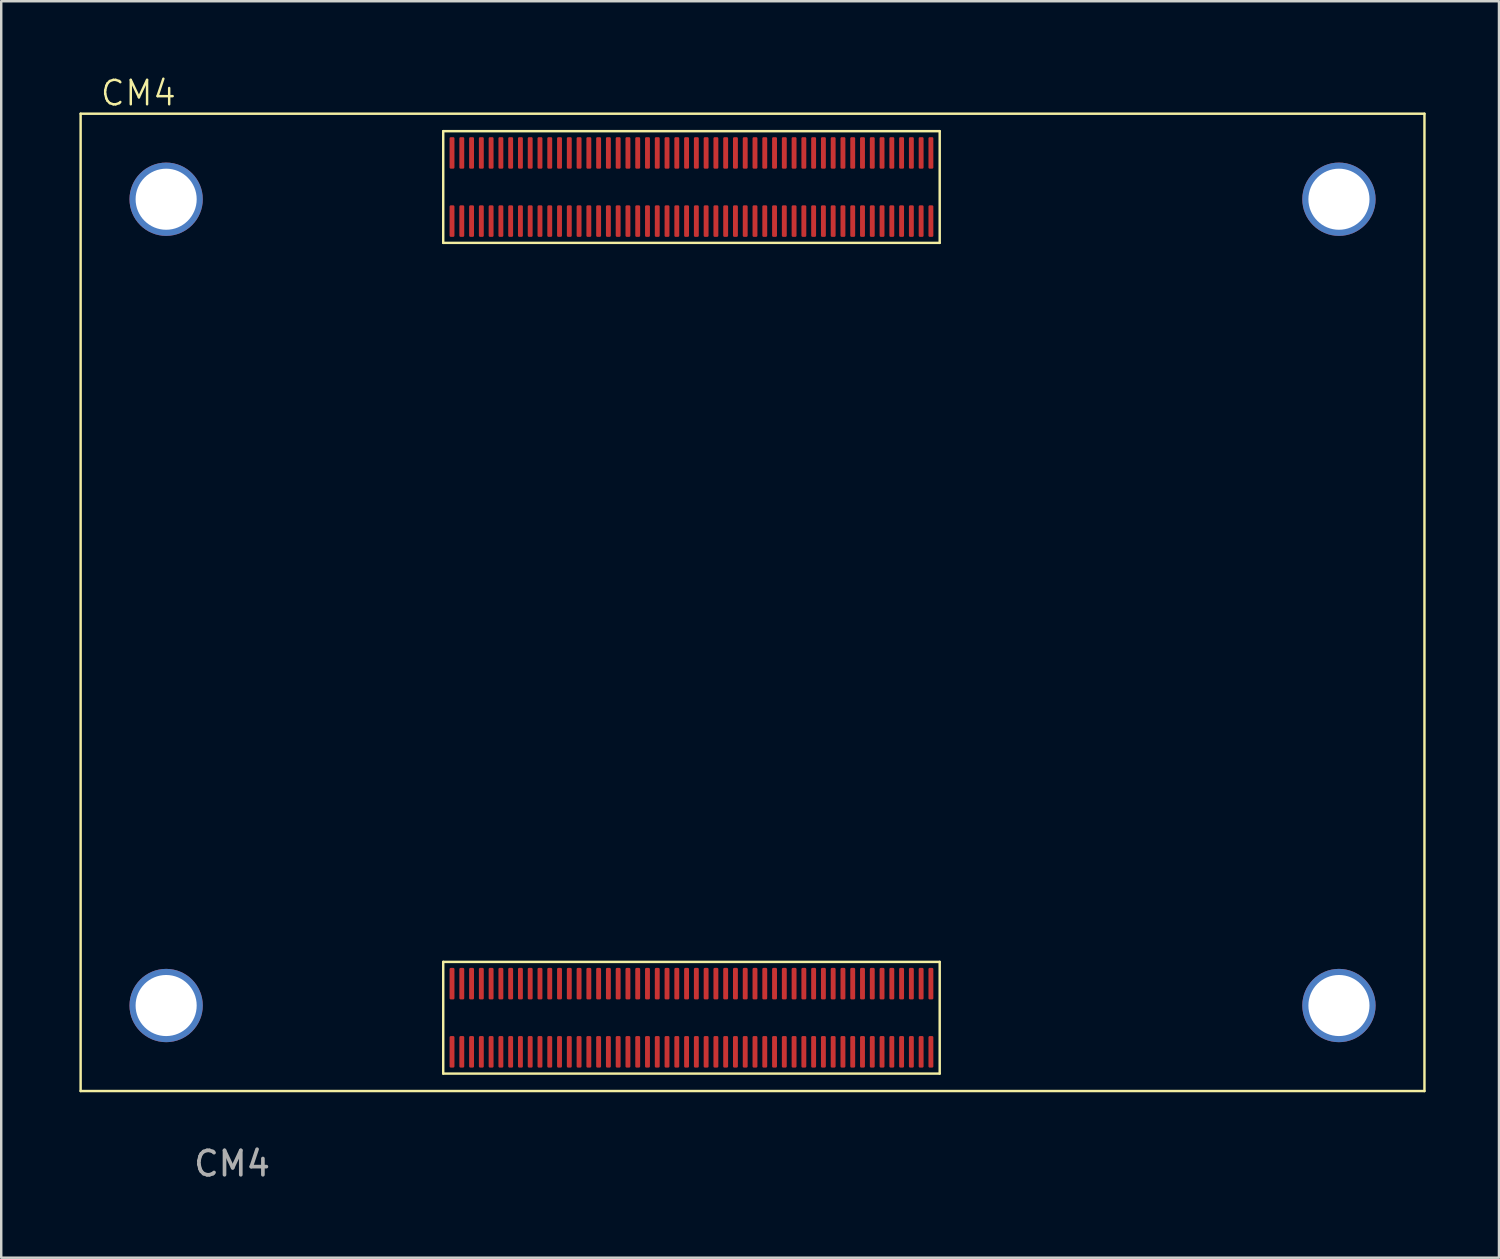
<source format=kicad_pcb>
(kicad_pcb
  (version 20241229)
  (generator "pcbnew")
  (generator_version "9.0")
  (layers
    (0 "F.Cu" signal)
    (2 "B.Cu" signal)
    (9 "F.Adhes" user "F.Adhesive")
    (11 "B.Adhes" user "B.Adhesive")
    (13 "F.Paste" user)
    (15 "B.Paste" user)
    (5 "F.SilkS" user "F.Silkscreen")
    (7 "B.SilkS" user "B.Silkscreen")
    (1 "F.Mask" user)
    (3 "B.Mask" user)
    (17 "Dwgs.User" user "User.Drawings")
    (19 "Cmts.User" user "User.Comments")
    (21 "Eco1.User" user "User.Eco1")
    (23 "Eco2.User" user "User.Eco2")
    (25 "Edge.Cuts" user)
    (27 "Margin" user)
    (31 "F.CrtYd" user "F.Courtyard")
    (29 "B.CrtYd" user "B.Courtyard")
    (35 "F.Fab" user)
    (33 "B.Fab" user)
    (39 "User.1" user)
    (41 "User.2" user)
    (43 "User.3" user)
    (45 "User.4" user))
  (footprint "CM4"
    (layer "F.Cu")
    (at 0.25 41.604)
    (property "Reference" "CM4" (at 2.362 -40.843 0) (unlocked yes) (layer "F.SilkS") (effects (font (size 1 1) (thickness 0.1))))
    (attr smd)
    (fp_line (start 0 -40) (end 55 -40) (stroke (width 0.1) (type default)) (layer "F.SilkS"))
    (fp_line (start 0 0) (end 0 -40) (stroke (width 0.1) (type default)) (layer "F.SilkS"))
    (fp_line (start 14.84 -39.286) (end 35.16 -39.286) (stroke (width 0.1) (type default)) (layer "F.SilkS"))
    (fp_line (start 14.84 -34.714) (end 14.84 -39.286) (stroke (width 0.1) (type default)) (layer "F.SilkS"))
    (fp_line (start 14.84 -5.286) (end 35.16 -5.286) (stroke (width 0.1) (type default)) (layer "F.SilkS"))
    (fp_line (start 14.84 -0.714) (end 14.84 -5.286) (stroke (width 0.1) (type default)) (layer "F.SilkS"))
    (fp_line (start 35.16 -39.286) (end 35.16 -34.714) (stroke (width 0.1) (type default)) (layer "F.SilkS"))
    (fp_line (start 35.16 -34.714) (end 14.84 -34.714) (stroke (width 0.1) (type default)) (layer "F.SilkS"))
    (fp_line (start 35.16 -5.286) (end 35.16 -0.714) (stroke (width 0.1) (type default)) (layer "F.SilkS"))
    (fp_line (start 35.16 -0.714) (end 14.84 -0.714) (stroke (width 0.1) (type default)) (layer "F.SilkS"))
    (fp_line (start 55 -40) (end 55 0) (stroke (width 0.1) (type default)) (layer "F.SilkS"))
    (fp_line (start 55 0) (end 0 0) (stroke (width 0.1) (type default)) (layer "F.SilkS"))
    (fp_text user "${REFERENCE}" (at 6.198 2.973 0) (unlocked yes) (layer "F.Fab") (effects (font (size 1 1) (thickness 0.15))))
    (pad "0_0" thru_hole circle (at 3.5 -36.5) (size 3 3) (drill 2.5) (layers "*.Cu" "*.Mask"))
    (pad "0_0" thru_hole circle (at 3.5 -3.5) (size 3 3) (drill 2.5) (layers "*.Cu" "*.Mask"))
    (pad "0_0" thru_hole circle (at 51.5 -36.5) (size 3 3) (drill 2.5) (layers "*.Cu" "*.Mask"))
    (pad "0_0" thru_hole circle (at 51.5 -3.5) (size 3 3) (drill 2.5) (layers "*.Cu" "*.Mask"))
    (pad "1" smd roundrect (at 34.8 -38.395) (size 0.2 1.29) (layers "F.Cu" "F.Mask" "F.Paste") (roundrect_rratio 0.25))
    (pad "2" smd roundrect (at 34.8 -35.605) (size 0.2 1.29) (layers "F.Cu" "F.Mask" "F.Paste") (roundrect_rratio 0.25))
    (pad "3" smd roundrect (at 34.4 -38.395) (size 0.2 1.29) (layers "F.Cu" "F.Mask" "F.Paste") (roundrect_rratio 0.25))
    (pad "4" smd roundrect (at 34.4 -35.605) (size 0.2 1.29) (layers "F.Cu" "F.Mask" "F.Paste") (roundrect_rratio 0.25))
    (pad "5" smd roundrect (at 34 -38.395) (size 0.2 1.29) (layers "F.Cu" "F.Mask" "F.Paste") (roundrect_rratio 0.25))
    (pad "6" smd roundrect (at 34 -35.605) (size 0.2 1.29) (layers "F.Cu" "F.Mask" "F.Paste") (roundrect_rratio 0.25))
    (pad "7" smd roundrect (at 33.6 -38.395) (size 0.2 1.29) (layers "F.Cu" "F.Mask" "F.Paste") (roundrect_rratio 0.25))
    (pad "8" smd roundrect (at 33.6 -35.605) (size 0.2 1.29) (layers "F.Cu" "F.Mask" "F.Paste") (roundrect_rratio 0.25))
    (pad "9" smd roundrect (at 33.2 -38.395) (size 0.2 1.29) (layers "F.Cu" "F.Mask" "F.Paste") (roundrect_rratio 0.25))
    (pad "10" smd roundrect (at 33.2 -35.605) (size 0.2 1.29) (layers "F.Cu" "F.Mask" "F.Paste") (roundrect_rratio 0.25))
    (pad "11" smd roundrect (at 32.8 -38.395) (size 0.2 1.29) (layers "F.Cu" "F.Mask" "F.Paste") (roundrect_rratio 0.25))
    (pad "12" smd roundrect (at 32.8 -35.605) (size 0.2 1.29) (layers "F.Cu" "F.Mask" "F.Paste") (roundrect_rratio 0.25))
    (pad "13" smd roundrect (at 32.4 -38.395) (size 0.2 1.29) (layers "F.Cu" "F.Mask" "F.Paste") (roundrect_rratio 0.25))
    (pad "14" smd roundrect (at 32.4 -35.605) (size 0.2 1.29) (layers "F.Cu" "F.Mask" "F.Paste") (roundrect_rratio 0.25))
    (pad "15" smd roundrect (at 32 -38.395) (size 0.2 1.29) (layers "F.Cu" "F.Mask" "F.Paste") (roundrect_rratio 0.25))
    (pad "16" smd roundrect (at 32 -35.605) (size 0.2 1.29) (layers "F.Cu" "F.Mask" "F.Paste") (roundrect_rratio 0.25))
    (pad "17" smd roundrect (at 31.6 -38.395) (size 0.2 1.29) (layers "F.Cu" "F.Mask" "F.Paste") (roundrect_rratio 0.25))
    (pad "18" smd roundrect (at 31.6 -35.605) (size 0.2 1.29) (layers "F.Cu" "F.Mask" "F.Paste") (roundrect_rratio 0.25))
    (pad "19" smd roundrect (at 31.2 -38.395) (size 0.2 1.29) (layers "F.Cu" "F.Mask" "F.Paste") (roundrect_rratio 0.25))
    (pad "20" smd roundrect (at 31.2 -35.605) (size 0.2 1.29) (layers "F.Cu" "F.Mask" "F.Paste") (roundrect_rratio 0.25))
    (pad "21" smd roundrect (at 30.8 -38.395) (size 0.2 1.29) (layers "F.Cu" "F.Mask" "F.Paste") (roundrect_rratio 0.25))
    (pad "22" smd roundrect (at 30.8 -35.605) (size 0.2 1.29) (layers "F.Cu" "F.Mask" "F.Paste") (roundrect_rratio 0.25))
    (pad "23" smd roundrect (at 30.4 -38.395) (size 0.2 1.29) (layers "F.Cu" "F.Mask" "F.Paste") (roundrect_rratio 0.25))
    (pad "24" smd roundrect (at 30.4 -35.605) (size 0.2 1.29) (layers "F.Cu" "F.Mask" "F.Paste") (roundrect_rratio 0.25))
    (pad "25" smd roundrect (at 30 -38.395) (size 0.2 1.29) (layers "F.Cu" "F.Mask" "F.Paste") (roundrect_rratio 0.25))
    (pad "26" smd roundrect (at 30 -35.605) (size 0.2 1.29) (layers "F.Cu" "F.Mask" "F.Paste") (roundrect_rratio 0.25))
    (pad "27" smd roundrect (at 29.6 -38.395) (size 0.2 1.29) (layers "F.Cu" "F.Mask" "F.Paste") (roundrect_rratio 0.25))
    (pad "28" smd roundrect (at 29.6 -35.605) (size 0.2 1.29) (layers "F.Cu" "F.Mask" "F.Paste") (roundrect_rratio 0.25))
    (pad "29" smd roundrect (at 29.2 -38.395) (size 0.2 1.29) (layers "F.Cu" "F.Mask" "F.Paste") (roundrect_rratio 0.25))
    (pad "30" smd roundrect (at 29.2 -35.605) (size 0.2 1.29) (layers "F.Cu" "F.Mask" "F.Paste") (roundrect_rratio 0.25))
    (pad "31" smd roundrect (at 28.8 -38.395) (size 0.2 1.29) (layers "F.Cu" "F.Mask" "F.Paste") (roundrect_rratio 0.25))
    (pad "32" smd roundrect (at 28.8 -35.605) (size 0.2 1.29) (layers "F.Cu" "F.Mask" "F.Paste") (roundrect_rratio 0.25))
    (pad "33" smd roundrect (at 28.4 -38.395) (size 0.2 1.29) (layers "F.Cu" "F.Mask" "F.Paste") (roundrect_rratio 0.25))
    (pad "34" smd roundrect (at 28.4 -35.605) (size 0.2 1.29) (layers "F.Cu" "F.Mask" "F.Paste") (roundrect_rratio 0.25))
    (pad "35" smd roundrect (at 28 -38.395) (size 0.2 1.29) (layers "F.Cu" "F.Mask" "F.Paste") (roundrect_rratio 0.25))
    (pad "36" smd roundrect (at 28 -35.605) (size 0.2 1.29) (layers "F.Cu" "F.Mask" "F.Paste") (roundrect_rratio 0.25))
    (pad "37" smd roundrect (at 27.6 -38.395) (size 0.2 1.29) (layers "F.Cu" "F.Mask" "F.Paste") (roundrect_rratio 0.25))
    (pad "38" smd roundrect (at 27.6 -35.605) (size 0.2 1.29) (layers "F.Cu" "F.Mask" "F.Paste") (roundrect_rratio 0.25))
    (pad "39" smd roundrect (at 27.2 -38.395) (size 0.2 1.29) (layers "F.Cu" "F.Mask" "F.Paste") (roundrect_rratio 0.25))
    (pad "40" smd roundrect (at 27.2 -35.605) (size 0.2 1.29) (layers "F.Cu" "F.Mask" "F.Paste") (roundrect_rratio 0.25))
    (pad "41" smd roundrect (at 26.8 -38.395) (size 0.2 1.29) (layers "F.Cu" "F.Mask" "F.Paste") (roundrect_rratio 0.25))
    (pad "42" smd roundrect (at 26.8 -35.605) (size 0.2 1.29) (layers "F.Cu" "F.Mask" "F.Paste") (roundrect_rratio 0.25))
    (pad "43" smd roundrect (at 26.4 -38.395) (size 0.2 1.29) (layers "F.Cu" "F.Mask" "F.Paste") (roundrect_rratio 0.25))
    (pad "44" smd roundrect (at 26.4 -35.605) (size 0.2 1.29) (layers "F.Cu" "F.Mask" "F.Paste") (roundrect_rratio 0.25))
    (pad "45" smd roundrect (at 26 -38.395) (size 0.2 1.29) (layers "F.Cu" "F.Mask" "F.Paste") (roundrect_rratio 0.25))
    (pad "46" smd roundrect (at 26 -35.605) (size 0.2 1.29) (layers "F.Cu" "F.Mask" "F.Paste") (roundrect_rratio 0.25))
    (pad "47" smd roundrect (at 25.6 -38.395) (size 0.2 1.29) (layers "F.Cu" "F.Mask" "F.Paste") (roundrect_rratio 0.25))
    (pad "48" smd roundrect (at 25.6 -35.605) (size 0.2 1.29) (layers "F.Cu" "F.Mask" "F.Paste") (roundrect_rratio 0.25))
    (pad "49" smd roundrect (at 25.2 -38.395) (size 0.2 1.29) (layers "F.Cu" "F.Mask" "F.Paste") (roundrect_rratio 0.25))
    (pad "50" smd roundrect (at 25.2 -35.605) (size 0.2 1.29) (layers "F.Cu" "F.Mask" "F.Paste") (roundrect_rratio 0.25))
    (pad "51" smd roundrect (at 24.8 -38.395) (size 0.2 1.29) (layers "F.Cu" "F.Mask" "F.Paste") (roundrect_rratio 0.25))
    (pad "52" smd roundrect (at 24.8 -35.605) (size 0.2 1.29) (layers "F.Cu" "F.Mask" "F.Paste") (roundrect_rratio 0.25))
    (pad "53" smd roundrect (at 24.4 -38.395) (size 0.2 1.29) (layers "F.Cu" "F.Mask" "F.Paste") (roundrect_rratio 0.25))
    (pad "54" smd roundrect (at 24.4 -35.605) (size 0.2 1.29) (layers "F.Cu" "F.Mask" "F.Paste") (roundrect_rratio 0.25))
    (pad "55" smd roundrect (at 24 -38.395) (size 0.2 1.29) (layers "F.Cu" "F.Mask" "F.Paste") (roundrect_rratio 0.25))
    (pad "56" smd roundrect (at 24 -35.605) (size 0.2 1.29) (layers "F.Cu" "F.Mask" "F.Paste") (roundrect_rratio 0.25))
    (pad "57" smd roundrect (at 23.6 -38.395) (size 0.2 1.29) (layers "F.Cu" "F.Mask" "F.Paste") (roundrect_rratio 0.25))
    (pad "58" smd roundrect (at 23.6 -35.605) (size 0.2 1.29) (layers "F.Cu" "F.Mask" "F.Paste") (roundrect_rratio 0.25))
    (pad "59" smd roundrect (at 23.2 -38.395) (size 0.2 1.29) (layers "F.Cu" "F.Mask" "F.Paste") (roundrect_rratio 0.25))
    (pad "60" smd roundrect (at 23.2 -35.605) (size 0.2 1.29) (layers "F.Cu" "F.Mask" "F.Paste") (roundrect_rratio 0.25))
    (pad "61" smd roundrect (at 22.8 -38.395) (size 0.2 1.29) (layers "F.Cu" "F.Mask" "F.Paste") (roundrect_rratio 0.25))
    (pad "62" smd roundrect (at 22.8 -35.605) (size 0.2 1.29) (layers "F.Cu" "F.Mask" "F.Paste") (roundrect_rratio 0.25))
    (pad "63" smd roundrect (at 22.4 -38.395) (size 0.2 1.29) (layers "F.Cu" "F.Mask" "F.Paste") (roundrect_rratio 0.25))
    (pad "64" smd roundrect (at 22.4 -35.605) (size 0.2 1.29) (layers "F.Cu" "F.Mask" "F.Paste") (roundrect_rratio 0.25))
    (pad "65" smd roundrect (at 22 -38.395) (size 0.2 1.29) (layers "F.Cu" "F.Mask" "F.Paste") (roundrect_rratio 0.25))
    (pad "66" smd roundrect (at 22 -35.605) (size 0.2 1.29) (layers "F.Cu" "F.Mask" "F.Paste") (roundrect_rratio 0.25))
    (pad "67" smd roundrect (at 21.6 -38.395) (size 0.2 1.29) (layers "F.Cu" "F.Mask" "F.Paste") (roundrect_rratio 0.25))
    (pad "68" smd roundrect (at 21.6 -35.605) (size 0.2 1.29) (layers "F.Cu" "F.Mask" "F.Paste") (roundrect_rratio 0.25))
    (pad "69" smd roundrect (at 21.2 -38.395) (size 0.2 1.29) (layers "F.Cu" "F.Mask" "F.Paste") (roundrect_rratio 0.25))
    (pad "70" smd roundrect (at 21.2 -35.605) (size 0.2 1.29) (layers "F.Cu" "F.Mask" "F.Paste") (roundrect_rratio 0.25))
    (pad "71" smd roundrect (at 20.8 -38.395) (size 0.2 1.29) (layers "F.Cu" "F.Mask" "F.Paste") (roundrect_rratio 0.25))
    (pad "72" smd roundrect (at 20.8 -35.605) (size 0.2 1.29) (layers "F.Cu" "F.Mask" "F.Paste") (roundrect_rratio 0.25))
    (pad "73" smd roundrect (at 20.4 -38.395) (size 0.2 1.29) (layers "F.Cu" "F.Mask" "F.Paste") (roundrect_rratio 0.25))
    (pad "74" smd roundrect (at 20.4 -35.605) (size 0.2 1.29) (layers "F.Cu" "F.Mask" "F.Paste") (roundrect_rratio 0.25))
    (pad "75" smd roundrect (at 20 -38.395) (size 0.2 1.29) (layers "F.Cu" "F.Mask" "F.Paste") (roundrect_rratio 0.25))
    (pad "76" smd roundrect (at 20 -35.605) (size 0.2 1.29) (layers "F.Cu" "F.Mask" "F.Paste") (roundrect_rratio 0.25))
    (pad "77" smd roundrect (at 19.6 -38.395) (size 0.2 1.29) (layers "F.Cu" "F.Mask" "F.Paste") (roundrect_rratio 0.25))
    (pad "78" smd roundrect (at 19.6 -35.605) (size 0.2 1.29) (layers "F.Cu" "F.Mask" "F.Paste") (roundrect_rratio 0.25))
    (pad "79" smd roundrect (at 19.2 -38.395) (size 0.2 1.29) (layers "F.Cu" "F.Mask" "F.Paste") (roundrect_rratio 0.25))
    (pad "80" smd roundrect (at 19.2 -35.605) (size 0.2 1.29) (layers "F.Cu" "F.Mask" "F.Paste") (roundrect_rratio 0.25))
    (pad "81" smd roundrect (at 18.8 -38.395) (size 0.2 1.29) (layers "F.Cu" "F.Mask" "F.Paste") (roundrect_rratio 0.25))
    (pad "82" smd roundrect (at 18.8 -35.605) (size 0.2 1.29) (layers "F.Cu" "F.Mask" "F.Paste") (roundrect_rratio 0.25))
    (pad "83" smd roundrect (at 18.4 -38.395) (size 0.2 1.29) (layers "F.Cu" "F.Mask" "F.Paste") (roundrect_rratio 0.25))
    (pad "84" smd roundrect (at 18.4 -35.605) (size 0.2 1.29) (layers "F.Cu" "F.Mask" "F.Paste") (roundrect_rratio 0.25))
    (pad "85" smd roundrect (at 18 -38.395) (size 0.2 1.29) (layers "F.Cu" "F.Mask" "F.Paste") (roundrect_rratio 0.25))
    (pad "86" smd roundrect (at 18 -35.605) (size 0.2 1.29) (layers "F.Cu" "F.Mask" "F.Paste") (roundrect_rratio 0.25))
    (pad "87" smd roundrect (at 17.6 -38.395) (size 0.2 1.29) (layers "F.Cu" "F.Mask" "F.Paste") (roundrect_rratio 0.25))
    (pad "88" smd roundrect (at 17.6 -35.605) (size 0.2 1.29) (layers "F.Cu" "F.Mask" "F.Paste") (roundrect_rratio 0.25))
    (pad "89" smd roundrect (at 17.2 -38.395) (size 0.2 1.29) (layers "F.Cu" "F.Mask" "F.Paste") (roundrect_rratio 0.25))
    (pad "90" smd roundrect (at 17.2 -35.605) (size 0.2 1.29) (layers "F.Cu" "F.Mask" "F.Paste") (roundrect_rratio 0.25))
    (pad "91" smd roundrect (at 16.8 -38.395) (size 0.2 1.29) (layers "F.Cu" "F.Mask" "F.Paste") (roundrect_rratio 0.25))
    (pad "92" smd roundrect (at 16.8 -35.605) (size 0.2 1.29) (layers "F.Cu" "F.Mask" "F.Paste") (roundrect_rratio 0.25))
    (pad "93" smd roundrect (at 16.4 -38.395) (size 0.2 1.29) (layers "F.Cu" "F.Mask" "F.Paste") (roundrect_rratio 0.25))
    (pad "94" smd roundrect (at 16.4 -35.605) (size 0.2 1.29) (layers "F.Cu" "F.Mask" "F.Paste") (roundrect_rratio 0.25))
    (pad "95" smd roundrect (at 16 -38.395) (size 0.2 1.29) (layers "F.Cu" "F.Mask" "F.Paste") (roundrect_rratio 0.25))
    (pad "96" smd roundrect (at 16 -35.605) (size 0.2 1.29) (layers "F.Cu" "F.Mask" "F.Paste") (roundrect_rratio 0.25))
    (pad "97" smd roundrect (at 15.6 -38.395) (size 0.2 1.29) (layers "F.Cu" "F.Mask" "F.Paste") (roundrect_rratio 0.25))
    (pad "98" smd roundrect (at 15.6 -35.605) (size 0.2 1.29) (layers "F.Cu" "F.Mask" "F.Paste") (roundrect_rratio 0.25))
    (pad "99" smd roundrect (at 15.2 -38.395) (size 0.2 1.29) (layers "F.Cu" "F.Mask" "F.Paste") (roundrect_rratio 0.25))
    (pad "100" smd roundrect (at 15.2 -35.605) (size 0.2 1.29) (layers "F.Cu" "F.Mask" "F.Paste") (roundrect_rratio 0.25))
    (pad "101" smd roundrect (at 34.8 -4.395) (size 0.2 1.29) (layers "F.Cu" "F.Mask" "F.Paste") (roundrect_rratio 0.25))
    (pad "102" smd roundrect (at 34.8 -1.605) (size 0.2 1.29) (layers "F.Cu" "F.Mask" "F.Paste") (roundrect_rratio 0.25))
    (pad "103" smd roundrect (at 34.4 -4.395) (size 0.2 1.29) (layers "F.Cu" "F.Mask" "F.Paste") (roundrect_rratio 0.25))
    (pad "104" smd roundrect (at 34.4 -1.605) (size 0.2 1.29) (layers "F.Cu" "F.Mask" "F.Paste") (roundrect_rratio 0.25))
    (pad "105" smd roundrect (at 34 -4.395) (size 0.2 1.29) (layers "F.Cu" "F.Mask" "F.Paste") (roundrect_rratio 0.25))
    (pad "106" smd roundrect (at 34 -1.605) (size 0.2 1.29) (layers "F.Cu" "F.Mask" "F.Paste") (roundrect_rratio 0.25))
    (pad "107" smd roundrect (at 33.6 -4.395) (size 0.2 1.29) (layers "F.Cu" "F.Mask" "F.Paste") (roundrect_rratio 0.25))
    (pad "108" smd roundrect (at 33.6 -1.605) (size 0.2 1.29) (layers "F.Cu" "F.Mask" "F.Paste") (roundrect_rratio 0.25))
    (pad "109" smd roundrect (at 33.2 -4.395) (size 0.2 1.29) (layers "F.Cu" "F.Mask" "F.Paste") (roundrect_rratio 0.25))
    (pad "110" smd roundrect (at 33.2 -1.605) (size 0.2 1.29) (layers "F.Cu" "F.Mask" "F.Paste") (roundrect_rratio 0.25))
    (pad "111" smd roundrect (at 32.8 -4.395) (size 0.2 1.29) (layers "F.Cu" "F.Mask" "F.Paste") (roundrect_rratio 0.25))
    (pad "112" smd roundrect (at 32.8 -1.605) (size 0.2 1.29) (layers "F.Cu" "F.Mask" "F.Paste") (roundrect_rratio 0.25))
    (pad "113" smd roundrect (at 32.4 -4.395) (size 0.2 1.29) (layers "F.Cu" "F.Mask" "F.Paste") (roundrect_rratio 0.25))
    (pad "114" smd roundrect (at 32.4 -1.605) (size 0.2 1.29) (layers "F.Cu" "F.Mask" "F.Paste") (roundrect_rratio 0.25))
    (pad "115" smd roundrect (at 32 -4.395) (size 0.2 1.29) (layers "F.Cu" "F.Mask" "F.Paste") (roundrect_rratio 0.25))
    (pad "116" smd roundrect (at 32 -1.605) (size 0.2 1.29) (layers "F.Cu" "F.Mask" "F.Paste") (roundrect_rratio 0.25))
    (pad "117" smd roundrect (at 31.6 -4.395) (size 0.2 1.29) (layers "F.Cu" "F.Mask" "F.Paste") (roundrect_rratio 0.25))
    (pad "118" smd roundrect (at 31.6 -1.605) (size 0.2 1.29) (layers "F.Cu" "F.Mask" "F.Paste") (roundrect_rratio 0.25))
    (pad "119" smd roundrect (at 31.2 -4.395) (size 0.2 1.29) (layers "F.Cu" "F.Mask" "F.Paste") (roundrect_rratio 0.25))
    (pad "120" smd roundrect (at 31.2 -1.605) (size 0.2 1.29) (layers "F.Cu" "F.Mask" "F.Paste") (roundrect_rratio 0.25))
    (pad "121" smd roundrect (at 30.8 -4.395) (size 0.2 1.29) (layers "F.Cu" "F.Mask" "F.Paste") (roundrect_rratio 0.25))
    (pad "122" smd roundrect (at 30.8 -1.605) (size 0.2 1.29) (layers "F.Cu" "F.Mask" "F.Paste") (roundrect_rratio 0.25))
    (pad "123" smd roundrect (at 30.4 -4.395) (size 0.2 1.29) (layers "F.Cu" "F.Mask" "F.Paste") (roundrect_rratio 0.25))
    (pad "124" smd roundrect (at 30.4 -1.605) (size 0.2 1.29) (layers "F.Cu" "F.Mask" "F.Paste") (roundrect_rratio 0.25))
    (pad "125" smd roundrect (at 30 -4.395) (size 0.2 1.29) (layers "F.Cu" "F.Mask" "F.Paste") (roundrect_rratio 0.25))
    (pad "126" smd roundrect (at 30 -1.605) (size 0.2 1.29) (layers "F.Cu" "F.Mask" "F.Paste") (roundrect_rratio 0.25))
    (pad "127" smd roundrect (at 29.6 -4.395) (size 0.2 1.29) (layers "F.Cu" "F.Mask" "F.Paste") (roundrect_rratio 0.25))
    (pad "128" smd roundrect (at 29.6 -1.605) (size 0.2 1.29) (layers "F.Cu" "F.Mask" "F.Paste") (roundrect_rratio 0.25))
    (pad "129" smd roundrect (at 29.2 -4.395) (size 0.2 1.29) (layers "F.Cu" "F.Mask" "F.Paste") (roundrect_rratio 0.25))
    (pad "130" smd roundrect (at 29.2 -1.605) (size 0.2 1.29) (layers "F.Cu" "F.Mask" "F.Paste") (roundrect_rratio 0.25))
    (pad "131" smd roundrect (at 28.8 -4.395) (size 0.2 1.29) (layers "F.Cu" "F.Mask" "F.Paste") (roundrect_rratio 0.25))
    (pad "132" smd roundrect (at 28.8 -1.605) (size 0.2 1.29) (layers "F.Cu" "F.Mask" "F.Paste") (roundrect_rratio 0.25))
    (pad "133" smd roundrect (at 28.4 -4.395) (size 0.2 1.29) (layers "F.Cu" "F.Mask" "F.Paste") (roundrect_rratio 0.25))
    (pad "134" smd roundrect (at 28.4 -1.605) (size 0.2 1.29) (layers "F.Cu" "F.Mask" "F.Paste") (roundrect_rratio 0.25))
    (pad "135" smd roundrect (at 28 -4.395) (size 0.2 1.29) (layers "F.Cu" "F.Mask" "F.Paste") (roundrect_rratio 0.25))
    (pad "136" smd roundrect (at 28 -1.605) (size 0.2 1.29) (layers "F.Cu" "F.Mask" "F.Paste") (roundrect_rratio 0.25))
    (pad "137" smd roundrect (at 27.6 -4.395) (size 0.2 1.29) (layers "F.Cu" "F.Mask" "F.Paste") (roundrect_rratio 0.25))
    (pad "138" smd roundrect (at 27.6 -1.605) (size 0.2 1.29) (layers "F.Cu" "F.Mask" "F.Paste") (roundrect_rratio 0.25))
    (pad "139" smd roundrect (at 27.2 -4.395) (size 0.2 1.29) (layers "F.Cu" "F.Mask" "F.Paste") (roundrect_rratio 0.25))
    (pad "140" smd roundrect (at 27.2 -1.605) (size 0.2 1.29) (layers "F.Cu" "F.Mask" "F.Paste") (roundrect_rratio 0.25))
    (pad "141" smd roundrect (at 26.8 -4.395) (size 0.2 1.29) (layers "F.Cu" "F.Mask" "F.Paste") (roundrect_rratio 0.25))
    (pad "142" smd roundrect (at 26.8 -1.605) (size 0.2 1.29) (layers "F.Cu" "F.Mask" "F.Paste") (roundrect_rratio 0.25))
    (pad "143" smd roundrect (at 26.4 -4.395) (size 0.2 1.29) (layers "F.Cu" "F.Mask" "F.Paste") (roundrect_rratio 0.25))
    (pad "144" smd roundrect (at 26.4 -1.605) (size 0.2 1.29) (layers "F.Cu" "F.Mask" "F.Paste") (roundrect_rratio 0.25))
    (pad "145" smd roundrect (at 26 -4.395) (size 0.2 1.29) (layers "F.Cu" "F.Mask" "F.Paste") (roundrect_rratio 0.25))
    (pad "146" smd roundrect (at 26 -1.605) (size 0.2 1.29) (layers "F.Cu" "F.Mask" "F.Paste") (roundrect_rratio 0.25))
    (pad "147" smd roundrect (at 25.6 -4.395) (size 0.2 1.29) (layers "F.Cu" "F.Mask" "F.Paste") (roundrect_rratio 0.25))
    (pad "148" smd roundrect (at 25.6 -1.605) (size 0.2 1.29) (layers "F.Cu" "F.Mask" "F.Paste") (roundrect_rratio 0.25))
    (pad "149" smd roundrect (at 25.2 -4.395) (size 0.2 1.29) (layers "F.Cu" "F.Mask" "F.Paste") (roundrect_rratio 0.25))
    (pad "150" smd roundrect (at 25.2 -1.605) (size 0.2 1.29) (layers "F.Cu" "F.Mask" "F.Paste") (roundrect_rratio 0.25))
    (pad "151" smd roundrect (at 24.8 -4.395) (size 0.2 1.29) (layers "F.Cu" "F.Mask" "F.Paste") (roundrect_rratio 0.25))
    (pad "152" smd roundrect (at 24.8 -1.605) (size 0.2 1.29) (layers "F.Cu" "F.Mask" "F.Paste") (roundrect_rratio 0.25))
    (pad "153" smd roundrect (at 24.4 -4.395) (size 0.2 1.29) (layers "F.Cu" "F.Mask" "F.Paste") (roundrect_rratio 0.25))
    (pad "154" smd roundrect (at 24.4 -1.605) (size 0.2 1.29) (layers "F.Cu" "F.Mask" "F.Paste") (roundrect_rratio 0.25))
    (pad "155" smd roundrect (at 24 -4.395) (size 0.2 1.29) (layers "F.Cu" "F.Mask" "F.Paste") (roundrect_rratio 0.25))
    (pad "156" smd roundrect (at 24 -1.605) (size 0.2 1.29) (layers "F.Cu" "F.Mask" "F.Paste") (roundrect_rratio 0.25))
    (pad "157" smd roundrect (at 23.6 -4.395) (size 0.2 1.29) (layers "F.Cu" "F.Mask" "F.Paste") (roundrect_rratio 0.25))
    (pad "158" smd roundrect (at 23.6 -1.605) (size 0.2 1.29) (layers "F.Cu" "F.Mask" "F.Paste") (roundrect_rratio 0.25))
    (pad "159" smd roundrect (at 23.2 -4.395) (size 0.2 1.29) (layers "F.Cu" "F.Mask" "F.Paste") (roundrect_rratio 0.25))
    (pad "160" smd roundrect (at 23.2 -1.605) (size 0.2 1.29) (layers "F.Cu" "F.Mask" "F.Paste") (roundrect_rratio 0.25))
    (pad "161" smd roundrect (at 22.8 -4.395) (size 0.2 1.29) (layers "F.Cu" "F.Mask" "F.Paste") (roundrect_rratio 0.25))
    (pad "162" smd roundrect (at 22.8 -1.605) (size 0.2 1.29) (layers "F.Cu" "F.Mask" "F.Paste") (roundrect_rratio 0.25))
    (pad "163" smd roundrect (at 22.4 -4.395) (size 0.2 1.29) (layers "F.Cu" "F.Mask" "F.Paste") (roundrect_rratio 0.25))
    (pad "164" smd roundrect (at 22.4 -1.605) (size 0.2 1.29) (layers "F.Cu" "F.Mask" "F.Paste") (roundrect_rratio 0.25))
    (pad "165" smd roundrect (at 22 -4.395) (size 0.2 1.29) (layers "F.Cu" "F.Mask" "F.Paste") (roundrect_rratio 0.25))
    (pad "166" smd roundrect (at 22 -1.605) (size 0.2 1.29) (layers "F.Cu" "F.Mask" "F.Paste") (roundrect_rratio 0.25))
    (pad "167" smd roundrect (at 21.6 -4.395) (size 0.2 1.29) (layers "F.Cu" "F.Mask" "F.Paste") (roundrect_rratio 0.25))
    (pad "168" smd roundrect (at 21.6 -1.605) (size 0.2 1.29) (layers "F.Cu" "F.Mask" "F.Paste") (roundrect_rratio 0.25))
    (pad "169" smd roundrect (at 21.2 -4.395) (size 0.2 1.29) (layers "F.Cu" "F.Mask" "F.Paste") (roundrect_rratio 0.25))
    (pad "170" smd roundrect (at 21.2 -1.605) (size 0.2 1.29) (layers "F.Cu" "F.Mask" "F.Paste") (roundrect_rratio 0.25))
    (pad "171" smd roundrect (at 20.8 -4.395) (size 0.2 1.29) (layers "F.Cu" "F.Mask" "F.Paste") (roundrect_rratio 0.25))
    (pad "172" smd roundrect (at 20.8 -1.605) (size 0.2 1.29) (layers "F.Cu" "F.Mask" "F.Paste") (roundrect_rratio 0.25))
    (pad "173" smd roundrect (at 20.4 -4.395) (size 0.2 1.29) (layers "F.Cu" "F.Mask" "F.Paste") (roundrect_rratio 0.25))
    (pad "174" smd roundrect (at 20.4 -1.605) (size 0.2 1.29) (layers "F.Cu" "F.Mask" "F.Paste") (roundrect_rratio 0.25))
    (pad "175" smd roundrect (at 20 -4.395) (size 0.2 1.29) (layers "F.Cu" "F.Mask" "F.Paste") (roundrect_rratio 0.25))
    (pad "176" smd roundrect (at 20 -1.605) (size 0.2 1.29) (layers "F.Cu" "F.Mask" "F.Paste") (roundrect_rratio 0.25))
    (pad "177" smd roundrect (at 19.6 -4.395) (size 0.2 1.29) (layers "F.Cu" "F.Mask" "F.Paste") (roundrect_rratio 0.25))
    (pad "178" smd roundrect (at 19.6 -1.605) (size 0.2 1.29) (layers "F.Cu" "F.Mask" "F.Paste") (roundrect_rratio 0.25))
    (pad "179" smd roundrect (at 19.2 -4.395) (size 0.2 1.29) (layers "F.Cu" "F.Mask" "F.Paste") (roundrect_rratio 0.25))
    (pad "180" smd roundrect (at 19.2 -1.605) (size 0.2 1.29) (layers "F.Cu" "F.Mask" "F.Paste") (roundrect_rratio 0.25))
    (pad "181" smd roundrect (at 18.8 -4.395) (size 0.2 1.29) (layers "F.Cu" "F.Mask" "F.Paste") (roundrect_rratio 0.25))
    (pad "182" smd roundrect (at 18.8 -1.605) (size 0.2 1.29) (layers "F.Cu" "F.Mask" "F.Paste") (roundrect_rratio 0.25))
    (pad "183" smd roundrect (at 18.4 -4.395) (size 0.2 1.29) (layers "F.Cu" "F.Mask" "F.Paste") (roundrect_rratio 0.25))
    (pad "184" smd roundrect (at 18.4 -1.605) (size 0.2 1.29) (layers "F.Cu" "F.Mask" "F.Paste") (roundrect_rratio 0.25))
    (pad "185" smd roundrect (at 18 -4.395) (size 0.2 1.29) (layers "F.Cu" "F.Mask" "F.Paste") (roundrect_rratio 0.25))
    (pad "186" smd roundrect (at 18 -1.605) (size 0.2 1.29) (layers "F.Cu" "F.Mask" "F.Paste") (roundrect_rratio 0.25))
    (pad "187" smd roundrect (at 17.6 -4.395) (size 0.2 1.29) (layers "F.Cu" "F.Mask" "F.Paste") (roundrect_rratio 0.25))
    (pad "188" smd roundrect (at 17.6 -1.605) (size 0.2 1.29) (layers "F.Cu" "F.Mask" "F.Paste") (roundrect_rratio 0.25))
    (pad "189" smd roundrect (at 17.2 -4.395) (size 0.2 1.29) (layers "F.Cu" "F.Mask" "F.Paste") (roundrect_rratio 0.25))
    (pad "190" smd roundrect (at 17.2 -1.605) (size 0.2 1.29) (layers "F.Cu" "F.Mask" "F.Paste") (roundrect_rratio 0.25))
    (pad "191" smd roundrect (at 16.8 -4.395) (size 0.2 1.29) (layers "F.Cu" "F.Mask" "F.Paste") (roundrect_rratio 0.25))
    (pad "192" smd roundrect (at 16.8 -1.605) (size 0.2 1.29) (layers "F.Cu" "F.Mask" "F.Paste") (roundrect_rratio 0.25))
    (pad "193" smd roundrect (at 16.4 -4.395) (size 0.2 1.29) (layers "F.Cu" "F.Mask" "F.Paste") (roundrect_rratio 0.25))
    (pad "194" smd roundrect (at 16.4 -1.605) (size 0.2 1.29) (layers "F.Cu" "F.Mask" "F.Paste") (roundrect_rratio 0.25))
    (pad "195" smd roundrect (at 16 -4.395) (size 0.2 1.29) (layers "F.Cu" "F.Mask" "F.Paste") (roundrect_rratio 0.25))
    (pad "196" smd roundrect (at 16 -1.605) (size 0.2 1.29) (layers "F.Cu" "F.Mask" "F.Paste") (roundrect_rratio 0.25))
    (pad "197" smd roundrect (at 15.6 -4.395) (size 0.2 1.29) (layers "F.Cu" "F.Mask" "F.Paste") (roundrect_rratio 0.25))
    (pad "198" smd roundrect (at 15.6 -1.605) (size 0.2 1.29) (layers "F.Cu" "F.Mask" "F.Paste") (roundrect_rratio 0.25))
    (pad "199" smd roundrect (at 15.2 -4.395) (size 0.2 1.29) (layers "F.Cu" "F.Mask" "F.Paste") (roundrect_rratio 0.25))
    (pad "200" smd roundrect (at 15.2 -1.605) (size 0.2 1.29) (layers "F.Cu" "F.Mask" "F.Paste") (roundrect_rratio 0.25))
    (zone (net_name "") (layers "F.Cu" "B.Cu") (hatch edge 0.5) (connect_pads) (min_thickness 0.25) (filled_areas_thickness no) (keepout (tracks not_allowed) (vias not_allowed) (pads not_allowed) (copperpour allowed) (footprints allowed)) (placement (enabled no)) (fill) (polygon (pts (xy 0.25 23.104) (xy 0.25 12.104) (xy 6.75 12.104) (xy 6.75 23.104)))))
  (gr_rect
    (start -3 -3)
    (end 58.3 48.425)
    (stroke (width 0.1) (type default))
    (fill no)
    (layer "Edge.Cuts")))
</source>
